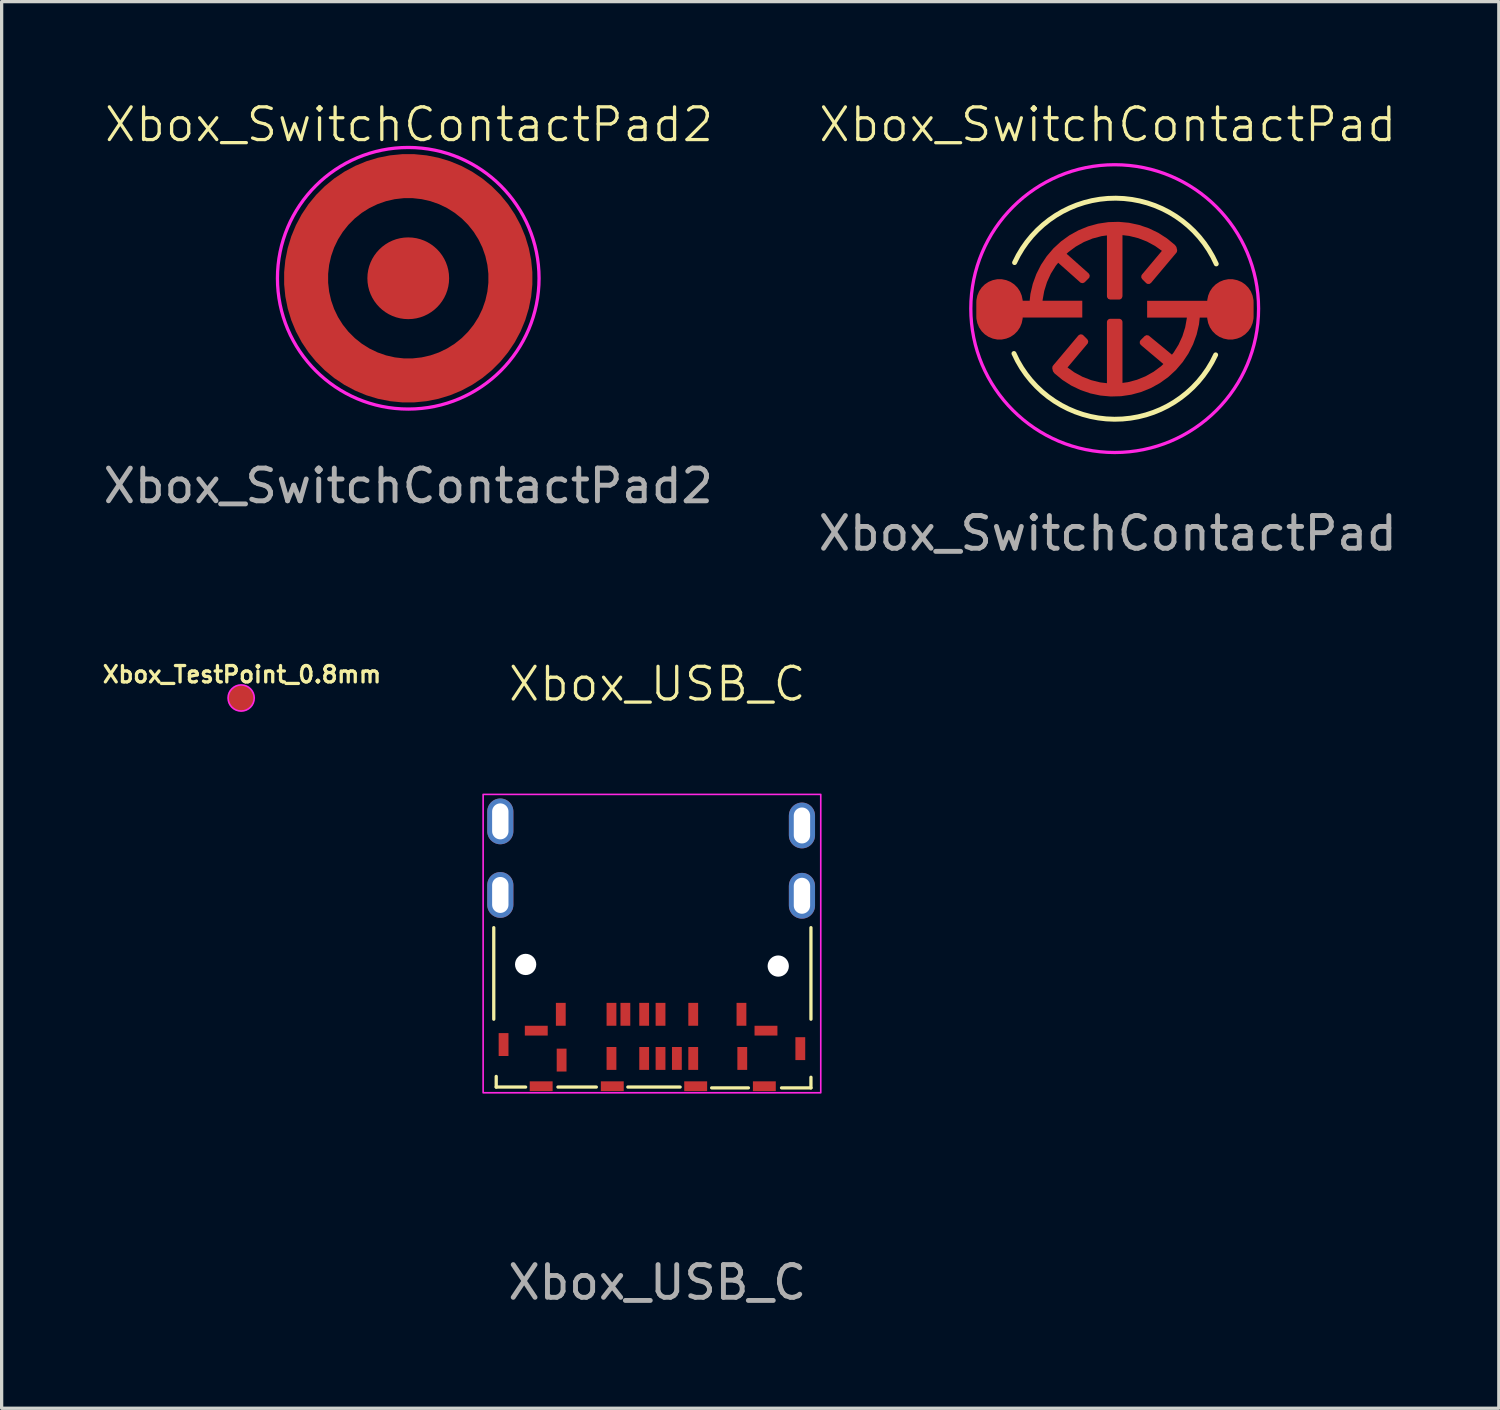
<source format=kicad_pcb>
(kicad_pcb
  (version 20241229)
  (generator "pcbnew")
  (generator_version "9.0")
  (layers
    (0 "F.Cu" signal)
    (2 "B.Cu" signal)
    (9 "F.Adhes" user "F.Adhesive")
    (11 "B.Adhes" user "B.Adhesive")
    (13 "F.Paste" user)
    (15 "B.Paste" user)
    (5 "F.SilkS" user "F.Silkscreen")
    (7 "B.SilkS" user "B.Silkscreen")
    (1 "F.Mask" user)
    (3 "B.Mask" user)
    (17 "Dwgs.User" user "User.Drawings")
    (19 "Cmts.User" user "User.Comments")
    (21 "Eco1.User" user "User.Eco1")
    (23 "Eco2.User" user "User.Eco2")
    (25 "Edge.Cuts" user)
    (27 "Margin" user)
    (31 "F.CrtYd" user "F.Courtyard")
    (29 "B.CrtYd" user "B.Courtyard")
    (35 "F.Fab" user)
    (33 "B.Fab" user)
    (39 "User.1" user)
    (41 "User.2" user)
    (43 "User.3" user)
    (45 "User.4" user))
  (footprint "Xbox_SwitchContactPad2"
    (layer "F.Cu")
    (at 9.435 5.46)
    (property "Reference" "Xbox_SwitchContactPad2" (at 0.025 -4.7 0) (unlocked yes) (layer "F.SilkS") (effects (font (size 1 1) (thickness 0.1))))
    (attr through_hole)
    (fp_circle (center 0 0) (end 4 0) (stroke (width 0.1) (type default)) (fill no) (layer "F.CrtYd"))
    (fp_text user "${REFERENCE}" (at 0 6.35 0) (unlocked yes) (layer "F.Fab") (effects (font (size 1 1) (thickness 0.15))))
    (pad "1" smd circle (at 0 0) (size 2.5 2.5) (layers "F.Cu" "F.Mask" "F.Paste"))
    (pad "2" smd custom (at -3.275 0.075) (size 0.1 0.1) (layers "F.Cu" "F.Mask" "F.Paste") (options (anchor circle)) (primitives (gr_circle (center 3.275 -0.075) (end 6.4 -0.075) (width 1.35) (fill no))))
    (zone (net_name "") (layer "F.Cu") (hatch edge 0.5) (connect_pads) (min_thickness 0.25) (filled_areas_thickness no) (keepout (tracks not_allowed) (vias allowed) (pads allowed) (copperpour not_allowed) (footprints not_allowed)) (placement (enabled no)) (fill) (polygon (pts (xy 11.891 5.46) (xy 11.871 5.153) (xy 11.814 4.85) (xy 11.718 4.556) (xy 11.587 4.277) (xy 11.422 4.017) (xy 11.225 3.779) (xy 11 3.568) (xy 10.751 3.387) (xy 10.48 3.238) (xy 10.194 3.124) (xy 9.895 3.048) (xy 9.589 3.009) (xy 9.28 3.009) (xy 8.974 3.048) (xy 8.676 3.124) (xy 8.389 3.238) (xy 8.118 3.387) (xy 7.869 3.568) (xy 7.644 3.779) (xy 7.447 4.017) (xy 7.282 4.277) (xy 7.151 4.556) (xy 7.055 4.85) (xy 6.998 5.153) (xy 6.978 5.46) (xy 6.998 5.768) (xy 7.055 6.071) (xy 7.151 6.365) (xy 7.282 6.644) (xy 7.447 6.904) (xy 7.644 7.142) (xy 7.869 7.353) (xy 8.118 7.534) (xy 8.389 7.683) (xy 8.676 7.797) (xy 8.974 7.873) (xy 9.28 7.912) (xy 9.589 7.912) (xy 9.895 7.873) (xy 10.194 7.797) (xy 10.48 7.683) (xy 10.751 7.534) (xy 11 7.353) (xy 11.225 7.142) (xy 11.422 6.904) (xy 11.587 6.644) (xy 11.718 6.365) (xy 11.814 6.071) (xy 11.871 5.768)))))
  (footprint "Xbox_SwitchContactPad"
    (layer "F.Cu")
    (at 30.827 6.111)
    (property "Reference" "Xbox_SwitchContactPad" (at 0 -5.35 0) (unlocked yes) (layer "F.SilkS") (effects (font (size 1 1) (thickness 0.1))))
    (attr smd)
    (fp_arc (start -2.849841 -1.130826) (mid 0.247472 -3.099999) (end 3.318369 -1.089878) (stroke (width 0.15) (type default)) (layer "F.SilkS"))
    (fp_arc (start 3.299841 1.69095) (mid 0.202528 3.660123) (end -2.868369 1.650002) (stroke (width 0.15) (type default)) (layer "F.SilkS"))
    (fp_circle (center 0.212 0.277) (end 4.612 0.302) (stroke (width 0.1) (type default)) (fill no) (layer "F.CrtYd"))
    (fp_text user "${REFERENCE}" (at 0 7.15 0) (unlocked yes) (layer "F.Fab") (effects (font (size 1 1) (thickness 0.15))))
    (pad "1" smd custom (at 3.75 0.3 180) (size 1.42 1.42) (layers "F.Cu" "F.Mask" "F.Paste") (options (anchor circle)) (primitives (gr_poly (pts (xy 0.707 0.285) (xy 0.679 0.421) (xy 0.626 0.55) (xy 0.549 0.665) (xy 0.45 0.764) (xy 0.335 0.841) (xy 0.206 0.894) (xy 0.07 0.922) (xy -0.07 0.922) (xy -0.206 0.894) (xy -0.335 0.841) (xy -0.45 0.764) (xy -0.549 0.665) (xy -0.626 0.55) (xy -0.679 0.421) (xy -0.707 0.285) (xy -0.71 0.215) (xy -0.71 -0.215) (xy -0.707 -0.285) (xy -0.679 -0.421) (xy -0.626 -0.55) (xy -0.549 -0.665) (xy -0.45 -0.764) (xy -0.335 -0.841) (xy -0.206 -0.894) (xy -0.07 -0.922) (xy 0.07 -0.922) (xy 0.206 -0.894) (xy 0.335 -0.841) (xy 0.45 -0.764) (xy 0.549 -0.665) (xy 0.626 -0.55) (xy 0.679 -0.421) (xy 0.707 -0.285) (xy 0.71 -0.215) (xy 0.71 0.215)) (width 0) (fill yes)) (gr_rect (start 0.665 -0.252) (end 2.546 0.263) (width 0) (fill yes)) (gr_arc (start 1.125 -0.1375) (mid 2.65125 -2.285122) (end 5.243016 -1.811341) (width 0.4)) (gr_poly (pts (xy 1.623 -1.65) (xy 2.55 -0.887) (xy 2.675 -1.012) (xy 1.75 -1.792)) (width 0.2) (fill yes)) (gr_rect (start 3.4 -2.312) (end 3.675 -0.388) (width 0.2) (fill yes)) (gr_poly (pts (xy 5.225 -1.913) (xy 4.446 -0.986) (xy 4.571 -0.861) (xy 5.35 -1.788)) (width 0.2) (fill yes))))
    (pad "2" smd custom (at -3.31 0.3) (size 1.42 1.42) (layers "F.Cu" "F.Mask" "F.Paste") (options (anchor circle)) (primitives (gr_poly (pts (xy 0.707 0.285) (xy 0.679 0.421) (xy 0.626 0.55) (xy 0.549 0.665) (xy 0.45 0.764) (xy 0.335 0.841) (xy 0.206 0.894) (xy 0.07 0.922) (xy -0.07 0.922) (xy -0.206 0.894) (xy -0.335 0.841) (xy -0.45 0.764) (xy -0.549 0.665) (xy -0.626 0.55) (xy -0.679 0.421) (xy -0.707 0.285) (xy -0.71 0.215) (xy -0.71 -0.215) (xy -0.707 -0.285) (xy -0.679 -0.421) (xy -0.626 -0.55) (xy -0.549 -0.665) (xy -0.45 -0.764) (xy -0.335 -0.841) (xy -0.206 -0.894) (xy -0.07 -0.922) (xy 0.07 -0.922) (xy 0.206 -0.894) (xy 0.335 -0.841) (xy 0.45 -0.764) (xy 0.549 -0.665) (xy 0.626 -0.55) (xy 0.679 -0.421) (xy 0.707 -0.285) (xy 0.71 -0.215) (xy 0.71 0.215)) (width 0) (fill yes)) (gr_poly (pts (xy 2.531 -0.265) (xy 2.531 0.25) (xy 0.7 0.25) (xy 0.7 -0.265)) (width 0) (fill yes)) (gr_arc (start 1.11 -0.15) (mid 2.63625 -2.297622) (end 5.228016 -1.823841) (width 0.4)) (gr_poly (pts (xy 1.66 -1.679) (xy 2.535 -0.9) (xy 2.66 -1.025) (xy 1.783 -1.804)) (width 0.2) (fill yes)) (gr_poly (pts (xy 3.385 -2.325) (xy 3.385 -0.4) (xy 3.66 -0.4) (xy 3.66 -2.325)) (width 0.2) (fill yes)) (gr_poly (pts (xy 5.21 -1.925) (xy 4.431 -0.998) (xy 4.556 -0.873) (xy 5.335 -1.8)) (width 0.2) (fill yes))))
    (zone (net_name "") (layer "F.Cu") (hatch edge 0.5) (connect_pads) (min_thickness 0.25) (filled_areas_thickness no) (keepout (tracks not_allowed) (vias not_allowed) (pads allowed) (copperpour not_allowed) (footprints allowed)) (placement (enabled no)) (fill) (polygon (pts (xy 34.577 6.386) (xy 34.558 6.017) (xy 34.5 5.653) (xy 34.405 5.296) (xy 34.273 4.952) (xy 34.105 4.623) (xy 33.904 4.314) (xy 33.672 4.027) (xy 33.411 3.766) (xy 33.124 3.534) (xy 32.815 3.333) (xy 32.486 3.165) (xy 32.142 3.033) (xy 31.785 2.937) (xy 31.421 2.88) (xy 31.052 2.86) (xy 30.684 2.88) (xy 30.319 2.937) (xy 29.963 3.033) (xy 29.619 3.165) (xy 29.29 3.333) (xy 28.98 3.534) (xy 28.694 3.766) (xy 28.433 4.027) (xy 28.201 4.314) (xy 28 4.623) (xy 27.832 4.952) (xy 27.7 5.296) (xy 27.604 5.653) (xy 27.547 6.017) (xy 27.527 6.386) (xy 27.547 6.754) (xy 27.604 7.118) (xy 27.7 7.475) (xy 27.832 7.819) (xy 28 8.148) (xy 28.201 8.457) (xy 28.433 8.744) (xy 28.694 9.005) (xy 28.98 9.237) (xy 29.29 9.438) (xy 29.619 9.606) (xy 29.963 9.738) (xy 30.319 9.834) (xy 30.684 9.891) (xy 31.052 9.911) (xy 31.421 9.891) (xy 31.785 9.834) (xy 32.142 9.738) (xy 32.486 9.606) (xy 32.815 9.438) (xy 33.124 9.237) (xy 33.411 9.005) (xy 33.672 8.744) (xy 33.904 8.457) (xy 34.105 8.148) (xy 34.273 7.819) (xy 34.405 7.475) (xy 34.5 7.118) (xy 34.558 6.754)))))
  (footprint "Xbox_TestPoint_0.8mm"
    (layer "F.Cu")
    (at 4.325 18.302)
    (property "Reference" "Xbox_TestPoint_0.8mm" (at 0.025 -0.725 0) (layer "F.SilkS") (effects (font (size 0.5 0.5) (thickness 0.1) (bold yes))))
    (attr smd)
    (fp_circle (center 0 -0.006) (end 0.4 -0.006) (stroke (width 0.05) (type solid)) (fill no) (layer "F.CrtYd"))
    (pad "1" smd circle (at 0 0) (size 0.8 0.8) (layers "F.Cu" "F.Mask")))
  (footprint "Xbox_USB_C"
    (layer "F.Cu")
    (at 17.05 25.269)
    (property "Reference" "Xbox_USB_C" (at 0 -7.4 0) (unlocked yes) (layer "F.SilkS") (effects (font (size 1 1) (thickness 0.1))))
    (attr through_hole)
    (fp_line (start -5 0.05) (end -5 2.85) (stroke (width 0.1) (type default)) (layer "F.SilkS"))
    (fp_line (start -4.925 4.925) (end -4.925 4.6) (stroke (width 0.1) (type default)) (layer "F.SilkS"))
    (fp_line (start -4.025 4.925) (end -4.925 4.925) (stroke (width 0.1) (type default)) (layer "F.SilkS"))
    (fp_line (start -1.863 4.925) (end -3.038 4.925) (stroke (width 0.1) (type default)) (layer "F.SilkS"))
    (fp_line (start 0.7 4.925) (end -0.9 4.925) (stroke (width 0.1) (type default)) (layer "F.SilkS"))
    (fp_line (start 2.788 4.95) (end 1.663 4.95) (stroke (width 0.1) (type default)) (layer "F.SilkS"))
    (fp_line (start 3.8 4.95) (end 4.7 4.95) (stroke (width 0.1) (type default)) (layer "F.SilkS"))
    (fp_line (start 4.7 0.05) (end 4.7 2.85) (stroke (width 0.1) (type default)) (layer "F.SilkS"))
    (fp_line (start 4.7 4.625) (end 4.7 4.95) (stroke (width 0.1) (type default)) (layer "F.SilkS"))
    (fp_rect (start -5.325 -4.025) (end 5 5.1) (stroke (width 0.05) (type default)) (fill no) (layer "F.CrtYd"))
    (fp_text user "${REFERENCE}" (at 0 10.9 0) (unlocked yes) (layer "F.Fab") (effects (font (size 1 1) (thickness 0.15))))
    (pad "" np_thru_hole circle (at -4.025 1.175) (size 0.65 0.65) (drill 0.65) (layers "*.Cu" "*.Mask"))
    (pad "" np_thru_hole circle (at 3.7 1.225) (size 0.65 0.65) (drill 0.65) (layers "*.Cu" "*.Mask"))
    (pad "A1" smd rect (at -4.7 3.625) (size 0.3 0.7) (layers "F.Cu" "F.Mask" "F.Paste"))
    (pad "A1" smd rect (at -3.7 3.2 90) (size 0.3 0.7) (layers "F.Cu" "F.Mask" "F.Paste"))
    (pad "A1" smd rect (at -2.95 2.7) (size 0.3 0.7) (layers "F.Cu" "F.Mask" "F.Paste"))
    (pad "A1" smd rect (at -2.925 4.1) (size 0.3 0.7) (layers "F.Cu" "F.Mask" "F.Paste"))
    (pad "A1" smd rect (at 2.575 2.7) (size 0.3 0.7) (layers "F.Cu" "F.Mask" "F.Paste"))
    (pad "A1" smd rect (at 2.6 4.05) (size 0.3 0.7) (layers "F.Cu" "F.Mask" "F.Paste"))
    (pad "A1" smd rect (at 3.325 3.2 270) (size 0.3 0.7) (layers "F.Cu" "F.Mask" "F.Paste"))
    (pad "A4" smd rect (at -1.4 2.7 180) (size 0.3 0.7) (layers "F.Cu" "F.Mask" "F.Paste"))
    (pad "A4" smd rect (at -1.4 4.05 180) (size 0.3 0.7) (layers "F.Cu" "F.Mask" "F.Paste"))
    (pad "A4" smd rect (at 1.1 2.7) (size 0.3 0.7) (layers "F.Cu" "F.Mask" "F.Paste"))
    (pad "A4" smd rect (at 1.1 4.05 180) (size 0.3 0.7) (layers "F.Cu" "F.Mask" "F.Paste"))
    (pad "A5" smd rect (at 0.6 4.05 180) (size 0.3 0.7) (layers "F.Cu" "F.Mask" "F.Paste"))
    (pad "A6" smd rect (at -0.4 2.7) (size 0.3 0.7) (layers "F.Cu" "F.Mask" "F.Paste"))
    (pad "A6" smd rect (at 0.1 4.05 180) (size 0.3 0.7) (layers "F.Cu" "F.Mask" "F.Paste"))
    (pad "A7" smd rect (at -0.4 4.05 180) (size 0.3 0.7) (layers "F.Cu" "F.Mask" "F.Paste"))
    (pad "A7" smd rect (at 0.1 2.7) (size 0.3 0.7) (layers "F.Cu" "F.Mask" "F.Paste"))
    (pad "B5" smd rect (at -0.975 2.7) (size 0.3 0.7) (layers "F.Cu" "F.Mask" "F.Paste"))
    (pad "S1" thru_hole oval (at -4.8 -3.2) (size 0.8 1.4) (drill oval 0.5 1.1) (layers "*.Cu" "*.Mask"))
    (pad "S1" thru_hole oval (at -4.8 -0.95) (size 0.8 1.4) (drill oval 0.5 1.1) (layers "*.Cu" "*.Mask"))
    (pad "S1" smd rect (at -3.55 4.9 270) (size 0.3 0.7) (layers "F.Cu" "F.Mask" "F.Paste"))
    (pad "S1" smd rect (at -1.375 4.9 270) (size 0.3 0.7) (layers "F.Cu" "F.Mask" "F.Paste"))
    (pad "S1" smd rect (at 1.175 4.9 270) (size 0.3 0.7) (layers "F.Cu" "F.Mask" "F.Paste"))
    (pad "S1" smd rect (at 3.275 4.9 270) (size 0.3 0.7) (layers "F.Cu" "F.Mask" "F.Paste"))
    (pad "S1" smd rect (at 4.375 3.75 180) (size 0.3 0.7) (layers "F.Cu" "F.Mask" "F.Paste"))
    (pad "S1" thru_hole oval (at 4.425 -3.075) (size 0.8 1.4) (drill oval 0.5 1.1) (layers "*.Cu" "*.Mask"))
    (pad "S1" thru_hole oval (at 4.425 -0.925) (size 0.8 1.4) (drill oval 0.5 1.1) (layers "*.Cu" "*.Mask")))
  (gr_rect
    (start -3 -3)
    (end 42.786 40.017)
    (stroke (width 0.1) (type default))
    (fill no)
    (layer "Edge.Cuts")))
</source>
